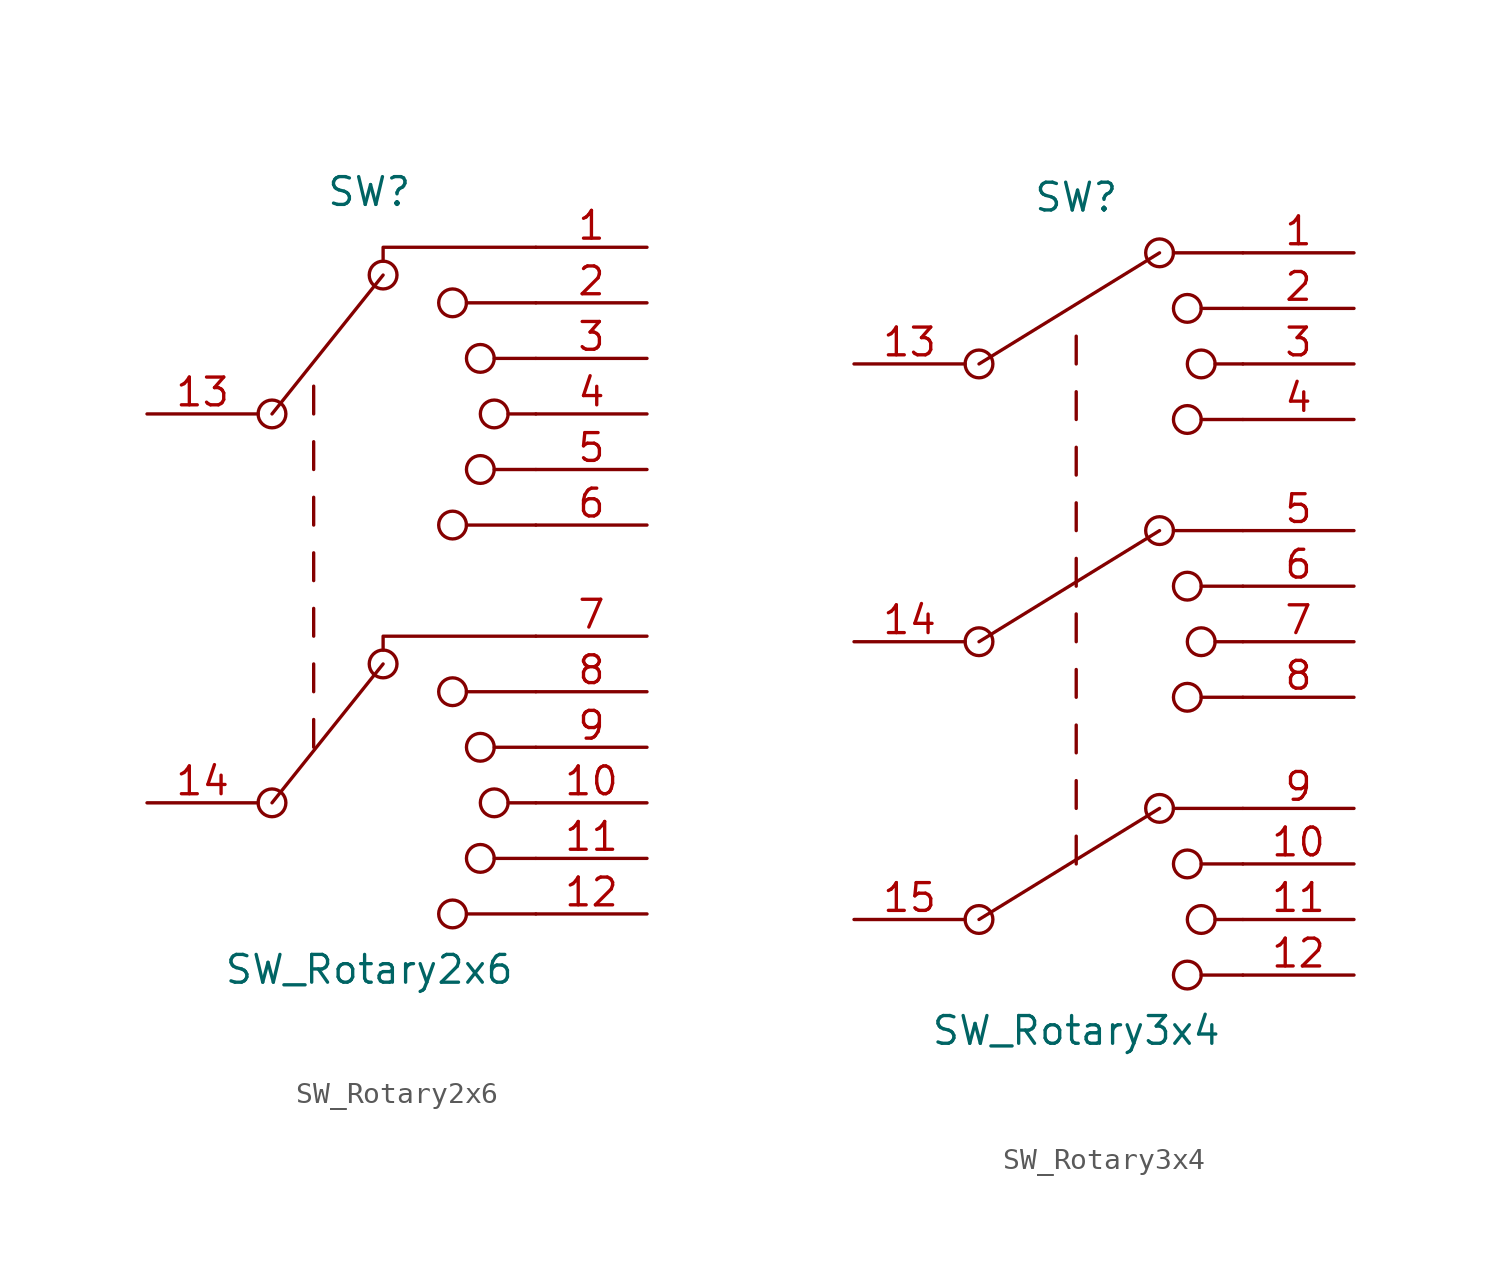
<source format=kicad_sym>
(kicad_symbol_lib
  (version 20201005)
  (generator kicad_symbol_editor)
  (symbol "Switch:SW_Rotary2x6"
    (pin_names
      (offset 1.016) hide)
    (property "Reference" "SW"
      (at 0 17.78 0)
      (effects (font (size 1.27 1.27))))
    (property "Value" "SW_Rotary2x6"
      (at 0 -17.78 0)
      (effects (font (size 1.27 1.27))))
    (symbol "SW_Rotary2x6_0_0"
      (circle (center -4.445 -10.16) (radius 0.635) (stroke (width 0)) (fill (type none)))
      (circle (center -4.445 7.62) (radius 0.635) (stroke (width 0)) (fill (type none)))
      (circle (center 0.635 -3.81) (radius 0.635) (stroke (width 0)) (fill (type none)))
      (circle (center 0.635 13.97) (radius 0.635) (stroke (width 0)) (fill (type none)))
      (circle (center 3.81 -15.24) (radius 0.635) (stroke (width 0)) (fill (type none)))
      (circle (center 3.81 -5.08) (radius 0.635) (stroke (width 0)) (fill (type none)))
      (circle (center 3.81 2.54) (radius 0.635) (stroke (width 0)) (fill (type none)))
      (circle (center 3.81 12.7) (radius 0.635) (stroke (width 0)) (fill (type none)))
      (circle (center 5.08 -12.7) (radius 0.635) (stroke (width 0)) (fill (type none)))
      (circle (center 5.08 -7.62) (radius 0.635) (stroke (width 0)) (fill (type none)))
      (circle (center 5.08 5.08) (radius 0.635) (stroke (width 0)) (fill (type none)))
      (circle (center 5.08 10.16) (radius 0.635) (stroke (width 0)) (fill (type none)))
      (circle (center 5.715 -10.16) (radius 0.635) (stroke (width 0)) (fill (type none)))
      (circle (center 5.715 7.62) (radius 0.635) (stroke (width 0)) (fill (type none)))
      (polyline (pts (xy -4.445 -10.16) (xy 0.635 -3.81)) (stroke (width 0)) (fill (type none)))
      (polyline (pts (xy -4.445 7.62) (xy 0.635 13.97)) (stroke (width 0)) (fill (type none)))
      (polyline (pts (xy -2.54 -7.62) (xy -2.54 -6.35)) (stroke (width 0)) (fill (type none)))
      (polyline (pts (xy -2.54 -5.08) (xy -2.54 -3.81)) (stroke (width 0)) (fill (type none)))
      (polyline (pts (xy -2.54 -2.54) (xy -2.54 -1.27)) (stroke (width 0)) (fill (type none)))
      (polyline (pts (xy -2.54 0) (xy -2.54 1.27)) (stroke (width 0)) (fill (type none)))
      (polyline (pts (xy -2.54 2.54) (xy -2.54 3.81)) (stroke (width 0)) (fill (type none)))
      (polyline (pts (xy -2.54 5.08) (xy -2.54 6.35)) (stroke (width 0)) (fill (type none)))
      (polyline (pts (xy -2.54 7.62) (xy -2.54 8.89)) (stroke (width 0)) (fill (type none)))
      (polyline (pts (xy 4.445 -5.08) (xy 7.62 -5.08)) (stroke (width 0)) (fill (type none)))
      (polyline (pts (xy 4.445 12.7) (xy 7.62 12.7)) (stroke (width 0)) (fill (type none)))
      (polyline (pts (xy 5.715 -12.7) (xy 7.62 -12.7)) (stroke (width 0)) (fill (type none)))
      (polyline (pts (xy 5.715 -7.62) (xy 7.62 -7.62)) (stroke (width 0)) (fill (type none)))
      (polyline (pts (xy 5.715 5.08) (xy 7.62 5.08)) (stroke (width 0)) (fill (type none)))
      (polyline (pts (xy 5.715 10.16) (xy 7.62 10.16)) (stroke (width 0)) (fill (type none)))
      (polyline (pts (xy 6.35 -10.16) (xy 7.62 -10.16)) (stroke (width 0)) (fill (type none)))
      (polyline (pts (xy 6.35 7.62) (xy 7.62 7.62)) (stroke (width 0)) (fill (type none)))
      (polyline (pts (xy 7.62 -15.24) (xy 4.445 -15.24)) (stroke (width 0)) (fill (type none)))
      (polyline (pts (xy 7.62 2.54) (xy 4.445 2.54)) (stroke (width 0)) (fill (type none)))
      (polyline (pts (xy 0.635 -3.175) (xy 0.635 -2.54) (xy 7.62 -2.54)) (stroke (width 0)) (fill (type none)))
      (polyline (pts (xy 0.635 14.605) (xy 0.635 15.24) (xy 7.62 15.24)) (stroke (width 0)) (fill (type none))))
    (symbol "SW_Rotary2x6_0_1"
      (pin passive line (at 12.7 15.24 180) (length 5.08) (name "1" (effects (font (size 1.27 1.27)))) (number "1" (effects (font (size 1.27 1.27)))))
      (pin passive line (at 12.7 -10.16 180) (length 5.08) (name "10" (effects (font (size 1.27 1.27)))) (number "10" (effects (font (size 1.27 1.27)))))
      (pin passive line (at 12.7 -12.7 180) (length 5.08) (name "11" (effects (font (size 1.27 1.27)))) (number "11" (effects (font (size 1.27 1.27)))))
      (pin passive line (at 12.7 -15.24 180) (length 5.08) (name "12" (effects (font (size 1.27 1.27)))) (number "12" (effects (font (size 1.27 1.27)))))
      (pin passive line (at -10.16 7.62 0) (length 5.08) (name "13" (effects (font (size 1.27 1.27)))) (number "13" (effects (font (size 1.27 1.27)))))
      (pin passive line (at -10.16 -10.16 0) (length 5.08) (name "14" (effects (font (size 1.27 1.27)))) (number "14" (effects (font (size 1.27 1.27)))))
      (pin passive line (at 12.7 12.7 180) (length 5.08) (name "2" (effects (font (size 1.27 1.27)))) (number "2" (effects (font (size 1.27 1.27)))))
      (pin passive line (at 12.7 10.16 180) (length 5.08) (name "3" (effects (font (size 1.27 1.27)))) (number "3" (effects (font (size 1.27 1.27)))))
      (pin passive line (at 12.7 7.62 180) (length 5.08) (name "4" (effects (font (size 1.27 1.27)))) (number "4" (effects (font (size 1.27 1.27)))))
      (pin passive line (at 12.7 5.08 180) (length 5.08) (name "5" (effects (font (size 1.27 1.27)))) (number "5" (effects (font (size 1.27 1.27)))))
      (pin passive line (at 12.7 2.54 180) (length 5.08) (name "6" (effects (font (size 1.27 1.27)))) (number "6" (effects (font (size 1.27 1.27)))))
      (pin passive line (at 12.7 -2.54 180) (length 5.08) (name "7" (effects (font (size 1.27 1.27)))) (number "7" (effects (font (size 1.27 1.27)))))
      (pin passive line (at 12.7 -5.08 180) (length 5.08) (name "8" (effects (font (size 1.27 1.27)))) (number "8" (effects (font (size 1.27 1.27)))))
      (pin passive line (at 12.7 -7.62 180) (length 5.08) (name "9" (effects (font (size 1.27 1.27)))) (number "9" (effects (font (size 1.27 1.27)))))))
  (symbol "Switch:SW_Rotary3x4"
    (pin_names
      (offset 1.016) hide)
    (property "Reference" "SW"
      (at 0 20.32 0)
      (effects (font (size 1.27 1.27))))
    (property "Value" "SW_Rotary3x4"
      (at 0 -17.78 0)
      (effects (font (size 1.27 1.27))))
    (symbol "SW_Rotary3x4_0_0"
      (circle (center -4.445 -12.7) (radius 0.635) (stroke (width 0)) (fill (type none)))
      (circle (center -4.445 0) (radius 0.635) (stroke (width 0)) (fill (type none)))
      (circle (center -4.445 12.7) (radius 0.635) (stroke (width 0)) (fill (type none)))
      (circle (center 3.81 -7.62) (radius 0.635) (stroke (width 0)) (fill (type none)))
      (circle (center 3.81 5.08) (radius 0.635) (stroke (width 0)) (fill (type none)))
      (circle (center 3.81 17.78) (radius 0.635) (stroke (width 0)) (fill (type none)))
      (circle (center 5.08 -15.24) (radius 0.635) (stroke (width 0)) (fill (type none)))
      (circle (center 5.08 -10.16) (radius 0.635) (stroke (width 0)) (fill (type none)))
      (circle (center 5.08 -2.54) (radius 0.635) (stroke (width 0)) (fill (type none)))
      (circle (center 5.08 2.54) (radius 0.635) (stroke (width 0)) (fill (type none)))
      (circle (center 5.08 10.16) (radius 0.635) (stroke (width 0)) (fill (type none)))
      (circle (center 5.08 15.24) (radius 0.635) (stroke (width 0)) (fill (type none)))
      (circle (center 5.715 -12.7) (radius 0.635) (stroke (width 0)) (fill (type none)))
      (circle (center 5.715 0) (radius 0.635) (stroke (width 0)) (fill (type none)))
      (circle (center 5.715 12.7) (radius 0.635) (stroke (width 0)) (fill (type none)))
      (polyline (pts (xy -4.445 -12.7) (xy 3.81 -7.62)) (stroke (width 0)) (fill (type none)))
      (polyline (pts (xy -4.445 0) (xy 3.81 5.08)) (stroke (width 0)) (fill (type none)))
      (polyline (pts (xy -4.445 12.7) (xy 3.81 17.78)) (stroke (width 0)) (fill (type none)))
      (polyline (pts (xy 0 -10.16) (xy 0 -8.89)) (stroke (width 0)) (fill (type none)))
      (polyline (pts (xy 0 -7.62) (xy 0 -6.35)) (stroke (width 0)) (fill (type none)))
      (polyline (pts (xy 0 -5.08) (xy 0 -3.81)) (stroke (width 0)) (fill (type none)))
      (polyline (pts (xy 0 -2.54) (xy 0 -1.27)) (stroke (width 0)) (fill (type none)))
      (polyline (pts (xy 0 0) (xy 0 1.27)) (stroke (width 0)) (fill (type none)))
      (polyline (pts (xy 0 2.54) (xy 0 3.81)) (stroke (width 0)) (fill (type none)))
      (polyline (pts (xy 0 5.08) (xy 0 6.35)) (stroke (width 0)) (fill (type none)))
      (polyline (pts (xy 0 7.62) (xy 0 8.89)) (stroke (width 0)) (fill (type none)))
      (polyline (pts (xy 0 10.16) (xy 0 11.43)) (stroke (width 0)) (fill (type none)))
      (polyline (pts (xy 0 12.7) (xy 0 13.97)) (stroke (width 0)) (fill (type none)))
      (polyline (pts (xy 4.445 -7.62) (xy 7.62 -7.62)) (stroke (width 0)) (fill (type none)))
      (polyline (pts (xy 4.445 5.08) (xy 7.62 5.08)) (stroke (width 0)) (fill (type none)))
      (polyline (pts (xy 4.445 17.78) (xy 7.62 17.78)) (stroke (width 0)) (fill (type none)))
      (polyline (pts (xy 5.715 -15.24) (xy 7.62 -15.24)) (stroke (width 0)) (fill (type none)))
      (polyline (pts (xy 5.715 -10.16) (xy 7.62 -10.16)) (stroke (width 0)) (fill (type none)))
      (polyline (pts (xy 5.715 -2.54) (xy 7.62 -2.54)) (stroke (width 0)) (fill (type none)))
      (polyline (pts (xy 5.715 2.54) (xy 7.62 2.54)) (stroke (width 0)) (fill (type none)))
      (polyline (pts (xy 5.715 10.16) (xy 7.62 10.16)) (stroke (width 0)) (fill (type none)))
      (polyline (pts (xy 5.715 15.24) (xy 7.62 15.24)) (stroke (width 0)) (fill (type none)))
      (polyline (pts (xy 6.35 -12.7) (xy 7.62 -12.7)) (stroke (width 0)) (fill (type none)))
      (polyline (pts (xy 6.35 0) (xy 7.62 0)) (stroke (width 0)) (fill (type none)))
      (polyline (pts (xy 6.35 12.7) (xy 7.62 12.7)) (stroke (width 0)) (fill (type none))))
    (symbol "SW_Rotary3x4_0_1"
      (pin passive line (at 12.7 17.78 180) (length 5.08) (name "1" (effects (font (size 1.27 1.27)))) (number "1" (effects (font (size 1.27 1.27)))))
      (pin passive line (at 12.7 -10.16 180) (length 5.08) (name "10" (effects (font (size 1.27 1.27)))) (number "10" (effects (font (size 1.27 1.27)))))
      (pin passive line (at 12.7 -12.7 180) (length 5.08) (name "11" (effects (font (size 1.27 1.27)))) (number "11" (effects (font (size 1.27 1.27)))))
      (pin passive line (at 12.7 -15.24 180) (length 5.08) (name "12" (effects (font (size 1.27 1.27)))) (number "12" (effects (font (size 1.27 1.27)))))
      (pin passive line (at -10.16 12.7 0) (length 5.08) (name "13" (effects (font (size 1.27 1.27)))) (number "13" (effects (font (size 1.27 1.27)))))
      (pin passive line (at -10.16 0 0) (length 5.08) (name "14" (effects (font (size 1.27 1.27)))) (number "14" (effects (font (size 1.27 1.27)))))
      (pin passive line (at -10.16 -12.7 0) (length 5.08) (name "15" (effects (font (size 1.27 1.27)))) (number "15" (effects (font (size 1.27 1.27)))))
      (pin passive line (at 12.7 15.24 180) (length 5.08) (name "2" (effects (font (size 1.27 1.27)))) (number "2" (effects (font (size 1.27 1.27)))))
      (pin passive line (at 12.7 12.7 180) (length 5.08) (name "3" (effects (font (size 1.27 1.27)))) (number "3" (effects (font (size 1.27 1.27)))))
      (pin passive line (at 12.7 10.16 180) (length 5.08) (name "4" (effects (font (size 1.27 1.27)))) (number "4" (effects (font (size 1.27 1.27)))))
      (pin passive line (at 12.7 5.08 180) (length 5.08) (name "5" (effects (font (size 1.27 1.27)))) (number "5" (effects (font (size 1.27 1.27)))))
      (pin passive line (at 12.7 2.54 180) (length 5.08) (name "6" (effects (font (size 1.27 1.27)))) (number "6" (effects (font (size 1.27 1.27)))))
      (pin passive line (at 12.7 0 180) (length 5.08) (name "7" (effects (font (size 1.27 1.27)))) (number "7" (effects (font (size 1.27 1.27)))))
      (pin passive line (at 12.7 -2.54 180) (length 5.08) (name "8" (effects (font (size 1.27 1.27)))) (number "8" (effects (font (size 1.27 1.27)))))
      (pin passive line (at 12.7 -7.62 180) (length 5.08) (name "9" (effects (font (size 1.27 1.27)))) (number "9" (effects (font (size 1.27 1.27))))))))
</source>
